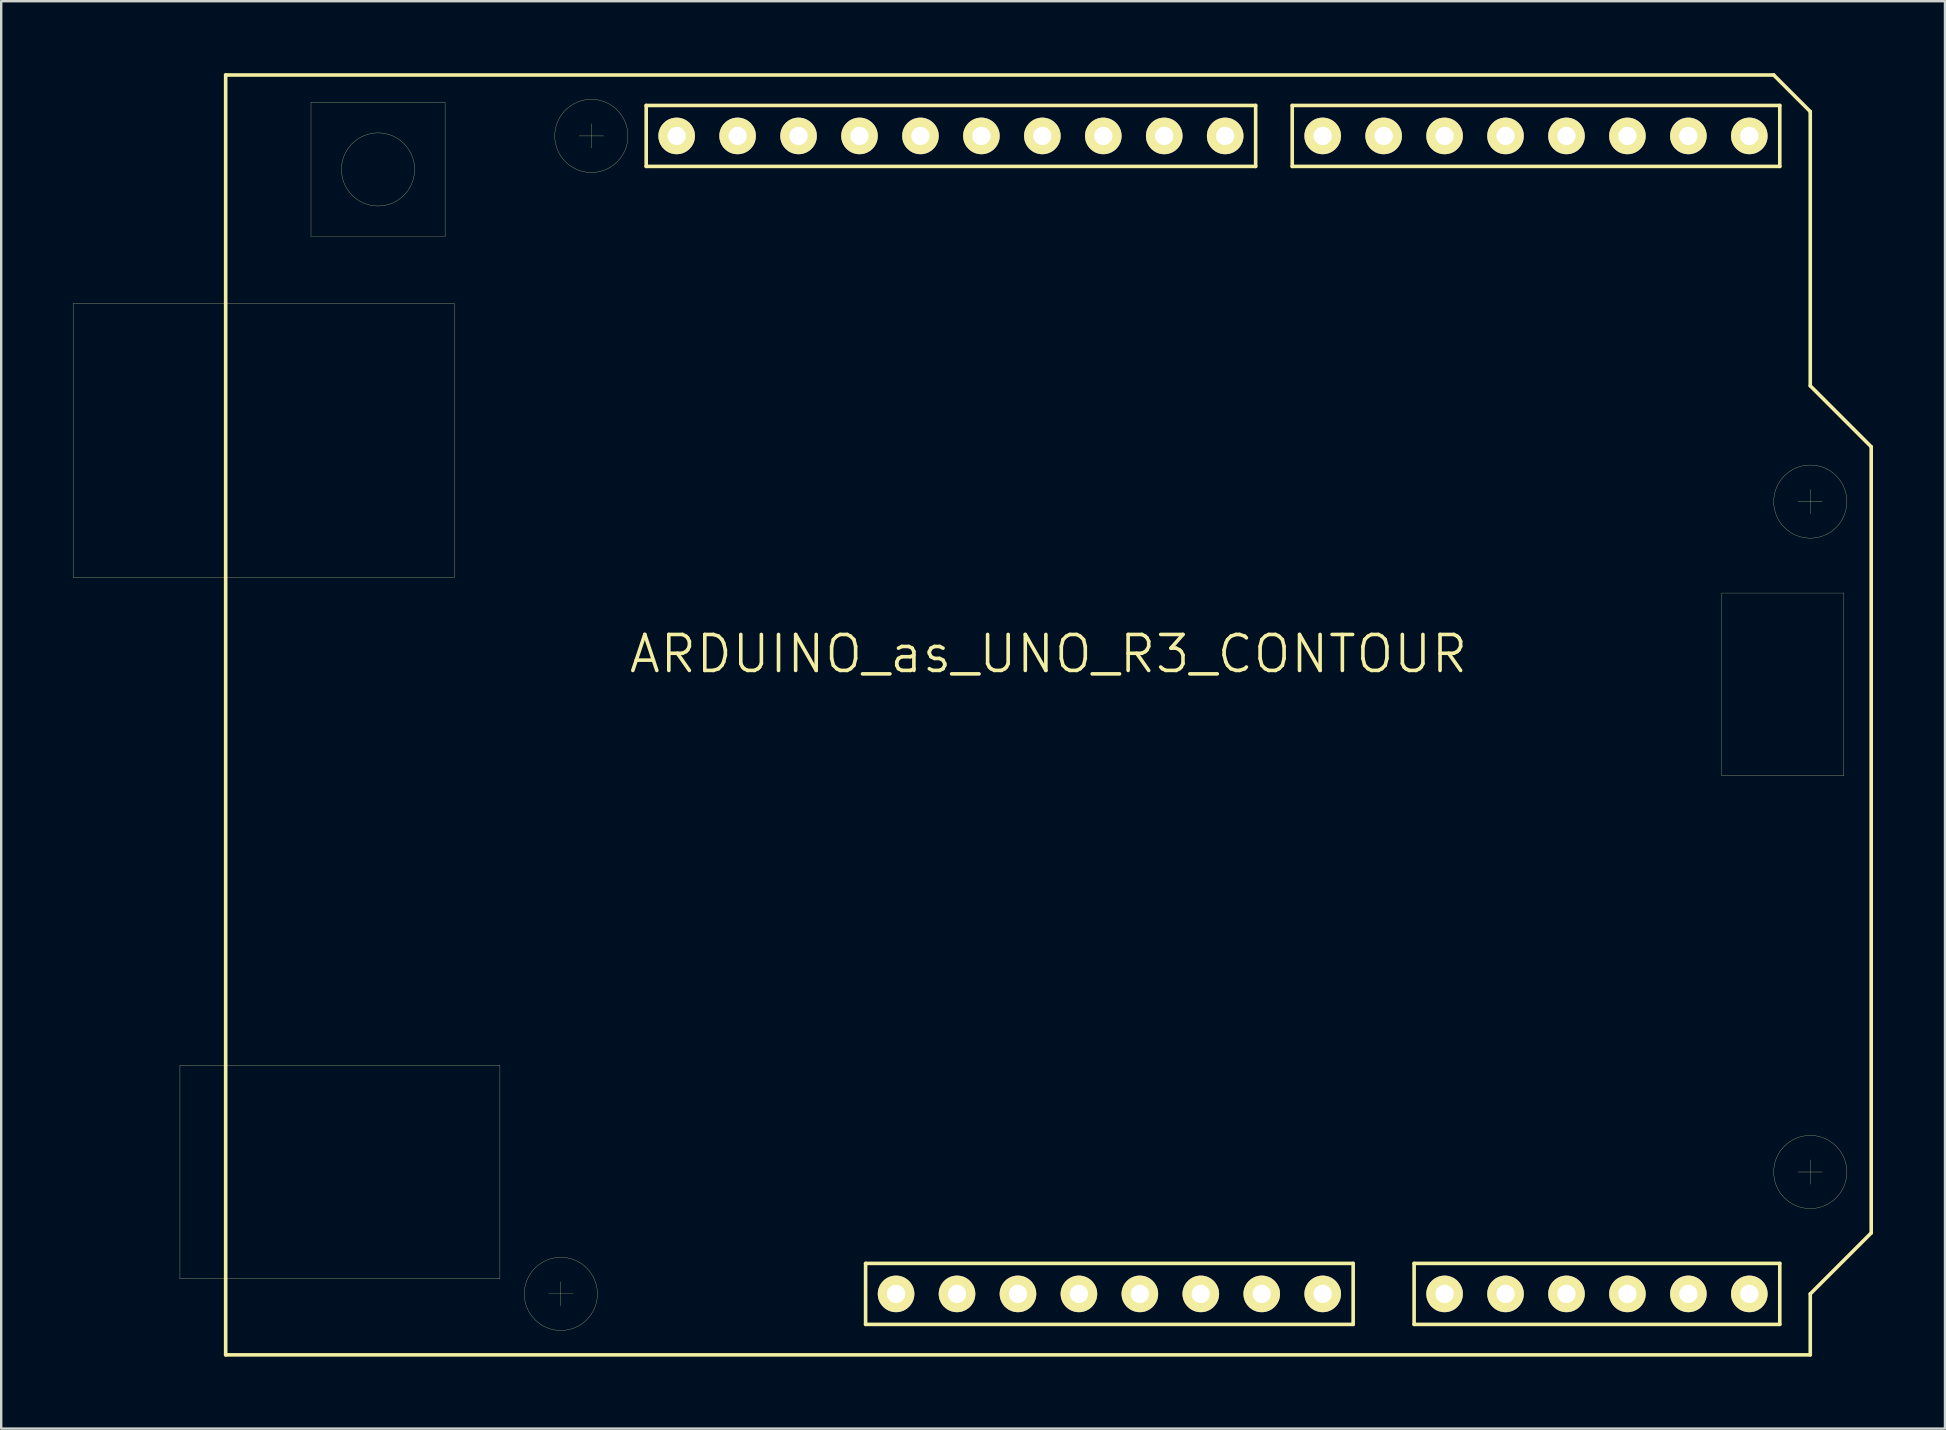
<source format=kicad_pcb>
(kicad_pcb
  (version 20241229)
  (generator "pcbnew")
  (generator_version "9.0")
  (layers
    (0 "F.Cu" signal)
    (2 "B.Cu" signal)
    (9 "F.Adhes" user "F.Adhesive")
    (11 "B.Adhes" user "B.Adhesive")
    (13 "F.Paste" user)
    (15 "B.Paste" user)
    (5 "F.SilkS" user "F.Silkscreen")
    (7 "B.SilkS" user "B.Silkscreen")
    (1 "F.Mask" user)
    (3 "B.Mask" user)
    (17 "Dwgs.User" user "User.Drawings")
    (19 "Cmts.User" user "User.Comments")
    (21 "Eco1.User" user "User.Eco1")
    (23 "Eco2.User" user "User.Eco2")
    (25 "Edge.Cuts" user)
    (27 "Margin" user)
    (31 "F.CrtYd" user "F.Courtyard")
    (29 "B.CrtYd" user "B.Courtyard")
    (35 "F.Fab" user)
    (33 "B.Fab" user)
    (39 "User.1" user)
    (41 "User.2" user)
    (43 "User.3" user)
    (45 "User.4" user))
  (footprint "ARDUINO_as_UNO_R3_CONTOUR"
    (layer "F.Cu")
    (at 40.645 26.745)
    (property "Reference" "ARDUINO_as_UNO_R3_CONTOUR" (at 0 -2.54 0) (layer "F.SilkS") (effects (font (size 1.5 1.5) (thickness 0.15))))
    (attr through_hole)
    (fp_line (start -40.64 -17.145) (end -24.765 -17.145) (stroke (width 0.01) (type solid)) (layer "F.SilkS"))
    (fp_line (start -40.64 -5.715) (end -40.64 -17.145) (stroke (width 0.01) (type solid)) (layer "F.SilkS"))
    (fp_line (start -36.195 14.605) (end -22.86 14.605) (stroke (width 0.01) (type solid)) (layer "F.SilkS"))
    (fp_line (start -36.195 23.495) (end -36.195 14.605) (stroke (width 0.01) (type solid)) (layer "F.SilkS"))
    (fp_line (start -34.29 -26.67) (end 30.226 -26.67) (stroke (width 0.15) (type solid)) (layer "F.SilkS"))
    (fp_line (start -34.29 26.67) (end -34.29 -26.67) (stroke (width 0.15) (type solid)) (layer "F.SilkS"))
    (fp_line (start -30.734 -25.527) (end -25.146 -25.527) (stroke (width 0.01) (type solid)) (layer "F.SilkS"))
    (fp_line (start -30.734 -19.939) (end -30.734 -25.527) (stroke (width 0.01) (type solid)) (layer "F.SilkS"))
    (fp_line (start -25.146 -25.527) (end -25.146 -19.939) (stroke (width 0.01) (type solid)) (layer "F.SilkS"))
    (fp_line (start -25.146 -19.939) (end -30.734 -19.939) (stroke (width 0.01) (type solid)) (layer "F.SilkS"))
    (fp_line (start -24.765 -17.145) (end -24.765 -5.715) (stroke (width 0.01) (type solid)) (layer "F.SilkS"))
    (fp_line (start -24.765 -5.715) (end -40.64 -5.715) (stroke (width 0.01) (type solid)) (layer "F.SilkS"))
    (fp_line (start -22.86 14.605) (end -22.86 23.495) (stroke (width 0.01) (type solid)) (layer "F.SilkS"))
    (fp_line (start -22.86 23.495) (end -36.195 23.495) (stroke (width 0.01) (type solid)) (layer "F.SilkS"))
    (fp_line (start -20.828 24.13) (end -19.812 24.13) (stroke (width 0.01) (type solid)) (layer "F.SilkS"))
    (fp_line (start -20.32 23.622) (end -20.32 24.638) (stroke (width 0.01) (type solid)) (layer "F.SilkS"))
    (fp_line (start -19.558 -24.13) (end -18.542 -24.13) (stroke (width 0.01) (type solid)) (layer "F.SilkS"))
    (fp_line (start -19.05 -24.638) (end -19.05 -23.622) (stroke (width 0.01) (type solid)) (layer "F.SilkS"))
    (fp_line (start -16.764 -25.4) (end 8.636 -25.4) (stroke (width 0.15) (type solid)) (layer "F.SilkS"))
    (fp_line (start -16.764 -22.86) (end -16.764 -25.4) (stroke (width 0.15) (type solid)) (layer "F.SilkS"))
    (fp_line (start -7.62 22.86) (end 12.7 22.86) (stroke (width 0.15) (type solid)) (layer "F.SilkS"))
    (fp_line (start -7.62 25.4) (end -7.62 22.86) (stroke (width 0.15) (type solid)) (layer "F.SilkS"))
    (fp_line (start 8.636 -25.4) (end 8.636 -22.86) (stroke (width 0.15) (type solid)) (layer "F.SilkS"))
    (fp_line (start 8.636 -22.86) (end -16.764 -22.86) (stroke (width 0.15) (type solid)) (layer "F.SilkS"))
    (fp_line (start 10.16 -25.4) (end 30.48 -25.4) (stroke (width 0.15) (type solid)) (layer "F.SilkS"))
    (fp_line (start 10.16 -22.86) (end 10.16 -25.4) (stroke (width 0.15) (type solid)) (layer "F.SilkS"))
    (fp_line (start 12.7 22.86) (end 12.7 25.4) (stroke (width 0.15) (type solid)) (layer "F.SilkS"))
    (fp_line (start 12.7 25.4) (end -7.62 25.4) (stroke (width 0.15) (type solid)) (layer "F.SilkS"))
    (fp_line (start 15.24 22.86) (end 30.48 22.86) (stroke (width 0.15) (type solid)) (layer "F.SilkS"))
    (fp_line (start 15.24 25.4) (end 15.24 22.86) (stroke (width 0.15) (type solid)) (layer "F.SilkS"))
    (fp_line (start 28.067 -5.08) (end 28.067 2.54) (stroke (width 0.01) (type solid)) (layer "F.SilkS"))
    (fp_line (start 28.067 -5.08) (end 33.147 -5.08) (stroke (width 0.01) (type solid)) (layer "F.SilkS"))
    (fp_line (start 28.067 2.54) (end 33.147 2.54) (stroke (width 0.01) (type solid)) (layer "F.SilkS"))
    (fp_line (start 30.48 -25.4) (end 30.48 -22.86) (stroke (width 0.15) (type solid)) (layer "F.SilkS"))
    (fp_line (start 30.48 -22.86) (end 10.16 -22.86) (stroke (width 0.15) (type solid)) (layer "F.SilkS"))
    (fp_line (start 30.48 22.86) (end 30.48 25.4) (stroke (width 0.15) (type solid)) (layer "F.SilkS"))
    (fp_line (start 30.48 25.4) (end 15.24 25.4) (stroke (width 0.15) (type solid)) (layer "F.SilkS"))
    (fp_line (start 31.242 19.05) (end 32.258 19.05) (stroke (width 0.01) (type solid)) (layer "F.SilkS"))
    (fp_line (start 31.75 -25.146) (end 30.226 -26.67) (stroke (width 0.15) (type solid)) (layer "F.SilkS"))
    (fp_line (start 31.75 -25.146) (end 31.75 -13.716) (stroke (width 0.15) (type solid)) (layer "F.SilkS"))
    (fp_line (start 31.75 -13.716) (end 34.29 -11.176) (stroke (width 0.15) (type solid)) (layer "F.SilkS"))
    (fp_line (start 31.75 -9.398) (end 31.75 -8.382) (stroke (width 0.01) (type solid)) (layer "F.SilkS"))
    (fp_line (start 31.75 18.542) (end 31.75 19.558) (stroke (width 0.01) (type solid)) (layer "F.SilkS"))
    (fp_line (start 31.75 24.13) (end 31.75 26.67) (stroke (width 0.15) (type solid)) (layer "F.SilkS"))
    (fp_line (start 31.75 26.67) (end -34.29 26.67) (stroke (width 0.15) (type solid)) (layer "F.SilkS"))
    (fp_line (start 32.258 -8.89) (end 31.242 -8.89) (stroke (width 0.01) (type solid)) (layer "F.SilkS"))
    (fp_line (start 33.147 -5.08) (end 33.147 2.54) (stroke (width 0.01) (type solid)) (layer "F.SilkS"))
    (fp_line (start 34.29 -11.176) (end 34.29 21.59) (stroke (width 0.15) (type solid)) (layer "F.SilkS"))
    (fp_line (start 34.29 21.59) (end 31.75 24.13) (stroke (width 0.15) (type solid)) (layer "F.SilkS"))
    (fp_circle (center -27.94 -22.733) (end -29.464 -22.733) (stroke (width 0.01) (type solid)) (fill no) (layer "F.SilkS"))
    (fp_circle (center -20.32 24.13) (end -18.796 24.13) (stroke (width 0.01) (type solid)) (fill no) (layer "F.SilkS"))
    (fp_circle (center -19.05 -24.13) (end -17.526 -24.13) (stroke (width 0.01) (type solid)) (fill no) (layer "F.SilkS"))
    (fp_circle (center 31.75 -8.89) (end 33.274 -8.89) (stroke (width 0.01) (type solid)) (fill no) (layer "F.SilkS"))
    (fp_circle (center 31.75 19.05) (end 33.274 19.05) (stroke (width 0.01) (type solid)) (fill no) (layer "F.SilkS"))
    (pad "0" thru_hole circle (at 29.21 -24.13) (size 1.524 1.524) (drill 0.762) (layers "*.Cu" "*.Mask" "F.SilkS"))
    (pad "1" thru_hole circle (at 26.67 -24.13) (size 1.524 1.524) (drill 0.762) (layers "*.Cu" "*.Mask" "F.SilkS"))
    (pad "2" thru_hole circle (at 24.13 -24.13) (size 1.524 1.524) (drill 0.762) (layers "*.Cu" "*.Mask" "F.SilkS"))
    (pad "3" thru_hole circle (at 21.59 -24.13) (size 1.524 1.524) (drill 0.762) (layers "*.Cu" "*.Mask" "F.SilkS"))
    (pad "3V3" thru_hole circle (at 1.27 24.13) (size 1.524 1.524) (drill 0.762) (layers "*.Cu" "*.Mask" "F.SilkS"))
    (pad "4" thru_hole circle (at 19.05 -24.13) (size 1.524 1.524) (drill 0.762) (layers "*.Cu" "*.Mask" "F.SilkS"))
    (pad "5" thru_hole circle (at 16.51 -24.13) (size 1.524 1.524) (drill 0.762) (layers "*.Cu" "*.Mask" "F.SilkS"))
    (pad "5V" thru_hole circle (at 3.81 24.13) (size 1.524 1.524) (drill 0.762) (layers "*.Cu" "*.Mask" "F.SilkS"))
    (pad "6" thru_hole circle (at 13.97 -24.13) (size 1.524 1.524) (drill 0.762) (layers "*.Cu" "*.Mask" "F.SilkS"))
    (pad "7" thru_hole circle (at 11.43 -24.13) (size 1.524 1.524) (drill 0.762) (layers "*.Cu" "*.Mask" "F.SilkS"))
    (pad "8" thru_hole circle (at 7.366 -24.13) (size 1.524 1.524) (drill 0.762) (layers "*.Cu" "*.Mask" "F.SilkS"))
    (pad "9" thru_hole circle (at 4.826 -24.13) (size 1.524 1.524) (drill 0.762) (layers "*.Cu" "*.Mask" "F.SilkS"))
    (pad "10" thru_hole circle (at 2.286 -24.13) (size 1.524 1.524) (drill 0.762) (layers "*.Cu" "*.Mask" "F.SilkS"))
    (pad "11" thru_hole circle (at -0.254 -24.13) (size 1.524 1.524) (drill 0.762) (layers "*.Cu" "*.Mask" "F.SilkS"))
    (pad "12" thru_hole circle (at -2.794 -24.13) (size 1.524 1.524) (drill 0.762) (layers "*.Cu" "*.Mask" "F.SilkS"))
    (pad "13" thru_hole circle (at -5.334 -24.13) (size 1.524 1.524) (drill 0.762) (layers "*.Cu" "*.Mask" "F.SilkS"))
    (pad "A0" thru_hole circle (at 16.51 24.13) (size 1.524 1.524) (drill 0.762) (layers "*.Cu" "*.Mask" "F.SilkS"))
    (pad "A1" thru_hole circle (at 19.05 24.13) (size 1.524 1.524) (drill 0.762) (layers "*.Cu" "*.Mask" "F.SilkS"))
    (pad "A2" thru_hole circle (at 21.59 24.13) (size 1.524 1.524) (drill 0.762) (layers "*.Cu" "*.Mask" "F.SilkS"))
    (pad "A3" thru_hole circle (at 24.13 24.13) (size 1.524 1.524) (drill 0.762) (layers "*.Cu" "*.Mask" "F.SilkS"))
    (pad "A4/1" thru_hole circle (at 26.67 24.13) (size 1.524 1.524) (drill 0.762) (layers "*.Cu" "*.Mask" "F.SilkS"))
    (pad "A4/2" thru_hole circle (at -12.954 -24.13) (size 1.524 1.524) (drill 0.762) (layers "*.Cu" "*.Mask" "F.SilkS"))
    (pad "A5/1" thru_hole circle (at 29.21 24.13) (size 1.524 1.524) (drill 0.762) (layers "*.Cu" "*.Mask" "F.SilkS"))
    (pad "A5/2" thru_hole circle (at -15.494 -24.13) (size 1.524 1.524) (drill 0.762) (layers "*.Cu" "*.Mask" "F.SilkS"))
    (pad "AREF" thru_hole circle (at -10.414 -24.13) (size 1.524 1.524) (drill 0.762) (layers "*.Cu" "*.Mask" "F.SilkS"))
    (pad "GND1" thru_hole circle (at 6.35 24.13) (size 1.524 1.524) (drill 0.762) (layers "*.Cu" "*.Mask" "F.SilkS"))
    (pad "GND2" thru_hole circle (at 8.89 24.13) (size 1.524 1.524) (drill 0.762) (layers "*.Cu" "*.Mask" "F.SilkS"))
    (pad "GND3" thru_hole circle (at -7.874 -24.13) (size 1.524 1.524) (drill 0.762) (layers "*.Cu" "*.Mask" "F.SilkS"))
    (pad "IREF" thru_hole circle (at -3.81 24.13) (size 1.524 1.524) (drill 0.762) (layers "*.Cu" "*.Mask" "F.SilkS"))
    (pad "NC" thru_hole circle (at -6.35 24.13) (size 1.524 1.524) (drill 0.762) (layers "*.Cu" "*.Mask" "F.SilkS"))
    (pad "RST" thru_hole circle (at -1.27 24.13) (size 1.524 1.524) (drill 0.762) (layers "*.Cu" "*.Mask" "F.SilkS"))
    (pad "VIN" thru_hole circle (at 11.43 24.13) (size 1.524 1.524) (drill 0.762) (layers "*.Cu" "*.Mask" "F.SilkS")))
  (gr_rect
    (start -3 -3)
    (end 78.01 56.49)
    (stroke (width 0.1) (type default))
    (fill no)
    (layer "Edge.Cuts")))
</source>
